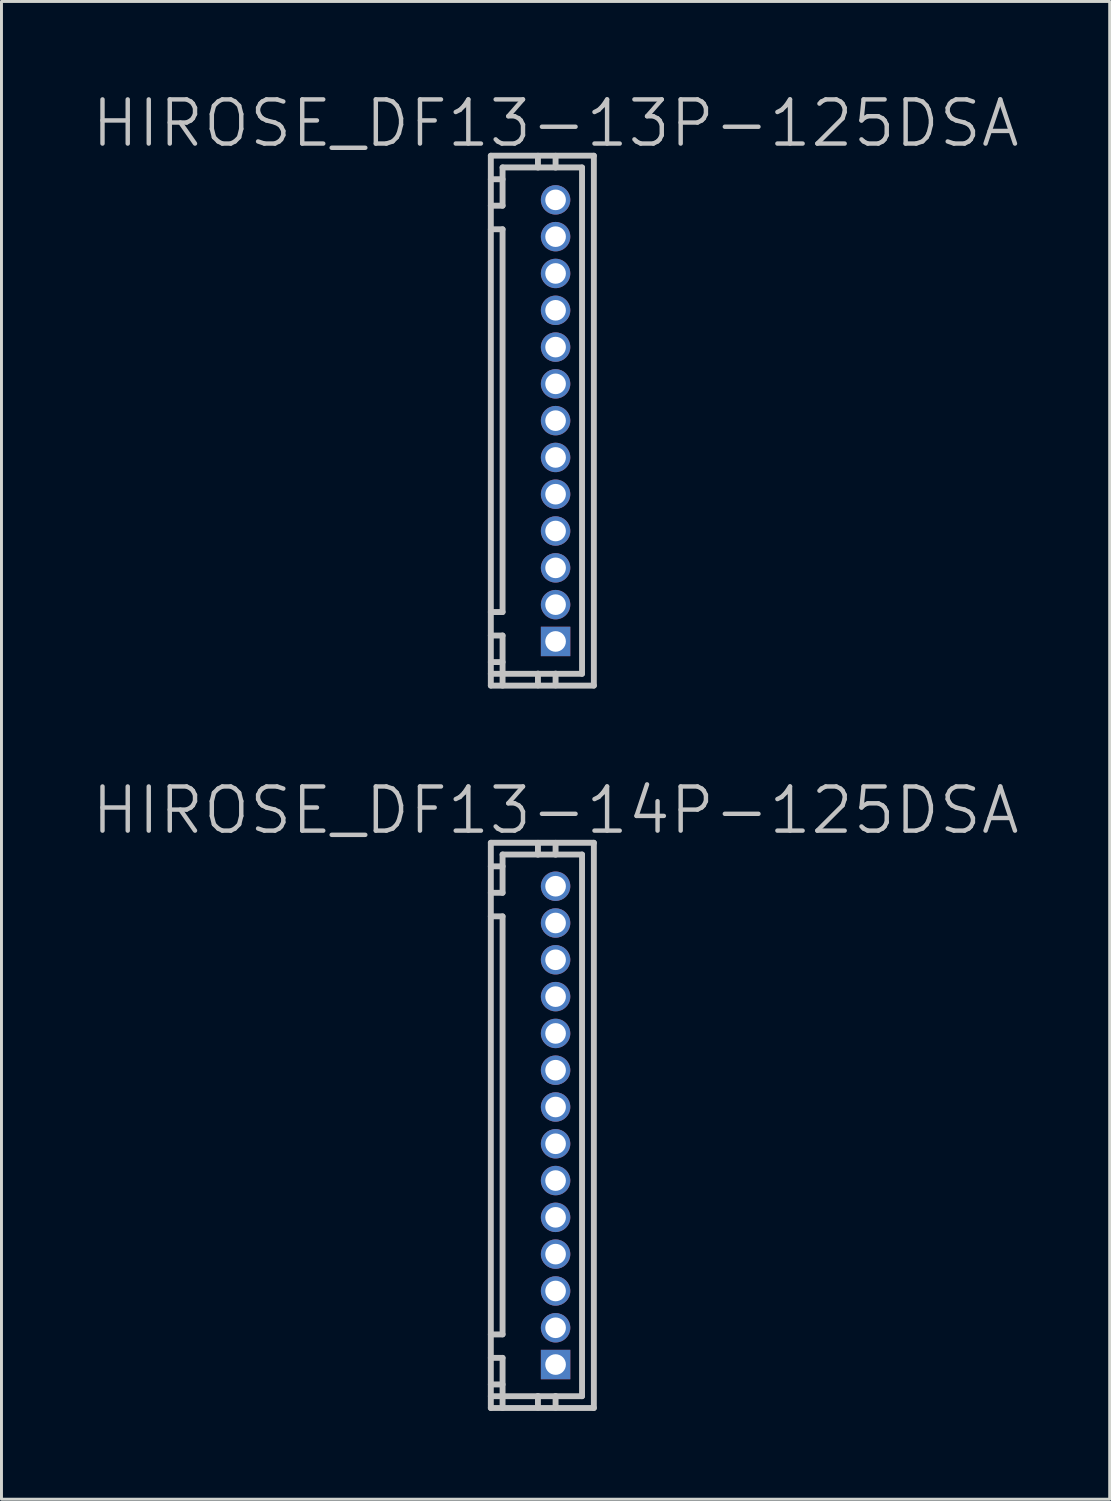
<source format=kicad_pcb>
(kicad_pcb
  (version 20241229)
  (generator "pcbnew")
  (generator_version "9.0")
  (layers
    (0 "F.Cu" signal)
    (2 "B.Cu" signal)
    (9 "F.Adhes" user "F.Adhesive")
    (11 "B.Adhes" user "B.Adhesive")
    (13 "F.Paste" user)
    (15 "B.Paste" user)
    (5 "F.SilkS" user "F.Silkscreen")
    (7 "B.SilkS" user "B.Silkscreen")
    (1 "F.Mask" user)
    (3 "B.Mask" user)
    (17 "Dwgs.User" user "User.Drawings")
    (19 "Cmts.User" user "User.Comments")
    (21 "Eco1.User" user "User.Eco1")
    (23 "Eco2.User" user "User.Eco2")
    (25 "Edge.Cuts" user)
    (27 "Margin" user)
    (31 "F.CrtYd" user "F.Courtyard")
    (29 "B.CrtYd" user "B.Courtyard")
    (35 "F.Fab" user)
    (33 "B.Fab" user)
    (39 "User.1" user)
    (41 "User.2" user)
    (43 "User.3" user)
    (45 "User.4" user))
  (footprint "HIROSE_DF13-13P-125DSA"
    (layer "F.Cu")
    (at 15.825 11.241)
    (property "Reference" "HIROSE_DF13-13P-125DSA" (at 0 -10.1 180) (layer "Dwgs.User") (effects (font (size 1.5 1.5) (thickness 0.15))))
    (attr through_hole)
    (fp_line (start -2.2 -9.002) (end 1.3 -9.002) (stroke (width 0.2) (type solid)) (layer "Dwgs.User"))
    (fp_line (start -2.2 -8.999) (end -2.2 8.999) (stroke (width 0.2) (type solid)) (layer "Dwgs.User"))
    (fp_line (start -2.2 -6.502) (end -1.801 -6.502) (stroke (width 0.2) (type solid)) (layer "Dwgs.User"))
    (fp_line (start -2.2 6.502) (end -1.801 6.502) (stroke (width 0.2) (type solid)) (layer "Dwgs.User"))
    (fp_line (start -1.801 -8.202) (end -2.2 -8.202) (stroke (width 0.2) (type solid)) (layer "Dwgs.User"))
    (fp_line (start -1.801 -7.303) (end -2.2 -7.303) (stroke (width 0.2) (type solid)) (layer "Dwgs.User"))
    (fp_line (start -1.801 -7.303) (end -1.801 -8.603) (stroke (width 0.2) (type solid)) (layer "Dwgs.User"))
    (fp_line (start -1.801 6.5) (end -1.801 -6.5) (stroke (width 0.2) (type solid)) (layer "Dwgs.User"))
    (fp_line (start -1.801 7.3) (end -2.2 7.3) (stroke (width 0.2) (type solid)) (layer "Dwgs.User"))
    (fp_line (start -1.801 7.3) (end -1.801 9.002) (stroke (width 0.2) (type solid)) (layer "Dwgs.User"))
    (fp_line (start -1.801 8.202) (end -2.2 8.202) (stroke (width 0.2) (type solid)) (layer "Dwgs.User"))
    (fp_line (start -0.599 -8.598) (end -0.599 -8.999) (stroke (width 0.2) (type solid)) (layer "Dwgs.User"))
    (fp_line (start -0.599 8.994) (end -0.599 8.593) (stroke (width 0.2) (type solid)) (layer "Dwgs.User"))
    (fp_line (start -0.099 -7.6) (end -0.099 -7.399) (stroke (width 0.2) (type solid)) (layer "Dwgs.User"))
    (fp_line (start -0.099 -7.399) (end 0.099 -7.399) (stroke (width 0.2) (type solid)) (layer "Dwgs.User"))
    (fp_line (start -0.099 -6.299) (end -0.099 -6.101) (stroke (width 0.2) (type solid)) (layer "Dwgs.User"))
    (fp_line (start -0.099 -6.101) (end 0.099 -6.101) (stroke (width 0.2) (type solid)) (layer "Dwgs.User"))
    (fp_line (start -0.099 -5.1) (end -0.099 -4.9) (stroke (width 0.2) (type solid)) (layer "Dwgs.User"))
    (fp_line (start -0.099 -4.9) (end 0.099 -4.9) (stroke (width 0.2) (type solid)) (layer "Dwgs.User"))
    (fp_line (start -0.099 -3.8) (end -0.099 -3.599) (stroke (width 0.2) (type solid)) (layer "Dwgs.User"))
    (fp_line (start -0.099 -3.599) (end 0.099 -3.599) (stroke (width 0.2) (type solid)) (layer "Dwgs.User"))
    (fp_line (start -0.099 -2.601) (end -0.099 -2.4) (stroke (width 0.2) (type solid)) (layer "Dwgs.User"))
    (fp_line (start -0.099 -2.4) (end 0.099 -2.4) (stroke (width 0.2) (type solid)) (layer "Dwgs.User"))
    (fp_line (start -0.099 -1.3) (end -0.099 -1.1) (stroke (width 0.2) (type solid)) (layer "Dwgs.User"))
    (fp_line (start -0.099 -1.1) (end 0.099 -1.1) (stroke (width 0.2) (type solid)) (layer "Dwgs.User"))
    (fp_line (start -0.099 -0.099) (end 0.099 -0.099) (stroke (width 0.2) (type solid)) (layer "Dwgs.User"))
    (fp_line (start -0.099 0.099) (end -0.099 -0.099) (stroke (width 0.2) (type solid)) (layer "Dwgs.User"))
    (fp_line (start -0.099 1.1) (end 0.099 1.1) (stroke (width 0.2) (type solid)) (layer "Dwgs.User"))
    (fp_line (start -0.099 1.3) (end -0.099 1.1) (stroke (width 0.2) (type solid)) (layer "Dwgs.User"))
    (fp_line (start -0.099 2.4) (end 0.099 2.4) (stroke (width 0.2) (type solid)) (layer "Dwgs.User"))
    (fp_line (start -0.099 2.601) (end -0.099 2.4) (stroke (width 0.2) (type solid)) (layer "Dwgs.User"))
    (fp_line (start -0.099 3.599) (end 0.099 3.599) (stroke (width 0.2) (type solid)) (layer "Dwgs.User"))
    (fp_line (start -0.099 3.8) (end -0.099 3.599) (stroke (width 0.2) (type solid)) (layer "Dwgs.User"))
    (fp_line (start -0.099 4.9) (end 0.099 4.9) (stroke (width 0.2) (type solid)) (layer "Dwgs.User"))
    (fp_line (start -0.099 5.1) (end -0.099 4.9) (stroke (width 0.2) (type solid)) (layer "Dwgs.User"))
    (fp_line (start -0.099 6.101) (end 0.099 6.101) (stroke (width 0.2) (type solid)) (layer "Dwgs.User"))
    (fp_line (start -0.099 6.299) (end -0.099 6.101) (stroke (width 0.2) (type solid)) (layer "Dwgs.User"))
    (fp_line (start -0.099 7.399) (end 0.099 7.399) (stroke (width 0.2) (type solid)) (layer "Dwgs.User"))
    (fp_line (start -0.099 7.6) (end -0.099 7.399) (stroke (width 0.2) (type solid)) (layer "Dwgs.User"))
    (fp_line (start 0 -8.598) (end 0 -8.999) (stroke (width 0.2) (type solid)) (layer "Dwgs.User"))
    (fp_line (start 0 8.593) (end 0 8.994) (stroke (width 0.2) (type solid)) (layer "Dwgs.User"))
    (fp_line (start 0.099 -7.6) (end -0.099 -7.6) (stroke (width 0.2) (type solid)) (layer "Dwgs.User"))
    (fp_line (start 0.099 -7.399) (end 0.099 -7.6) (stroke (width 0.2) (type solid)) (layer "Dwgs.User"))
    (fp_line (start 0.099 -6.299) (end -0.099 -6.299) (stroke (width 0.2) (type solid)) (layer "Dwgs.User"))
    (fp_line (start 0.099 -6.101) (end 0.099 -6.299) (stroke (width 0.2) (type solid)) (layer "Dwgs.User"))
    (fp_line (start 0.099 -5.1) (end -0.099 -5.1) (stroke (width 0.2) (type solid)) (layer "Dwgs.User"))
    (fp_line (start 0.099 -4.9) (end 0.099 -5.1) (stroke (width 0.2) (type solid)) (layer "Dwgs.User"))
    (fp_line (start 0.099 -3.8) (end -0.099 -3.8) (stroke (width 0.2) (type solid)) (layer "Dwgs.User"))
    (fp_line (start 0.099 -3.599) (end 0.099 -3.8) (stroke (width 0.2) (type solid)) (layer "Dwgs.User"))
    (fp_line (start 0.099 -2.601) (end -0.099 -2.601) (stroke (width 0.2) (type solid)) (layer "Dwgs.User"))
    (fp_line (start 0.099 -2.4) (end 0.099 -2.601) (stroke (width 0.2) (type solid)) (layer "Dwgs.User"))
    (fp_line (start 0.099 -1.3) (end -0.099 -1.3) (stroke (width 0.2) (type solid)) (layer "Dwgs.User"))
    (fp_line (start 0.099 -1.1) (end 0.099 -1.3) (stroke (width 0.2) (type solid)) (layer "Dwgs.User"))
    (fp_line (start 0.099 -0.099) (end 0.099 0.099) (stroke (width 0.2) (type solid)) (layer "Dwgs.User"))
    (fp_line (start 0.099 0.099) (end -0.099 0.099) (stroke (width 0.2) (type solid)) (layer "Dwgs.User"))
    (fp_line (start 0.099 1.1) (end 0.099 1.3) (stroke (width 0.2) (type solid)) (layer "Dwgs.User"))
    (fp_line (start 0.099 1.3) (end -0.099 1.3) (stroke (width 0.2) (type solid)) (layer "Dwgs.User"))
    (fp_line (start 0.099 2.4) (end 0.099 2.601) (stroke (width 0.2) (type solid)) (layer "Dwgs.User"))
    (fp_line (start 0.099 2.601) (end -0.099 2.601) (stroke (width 0.2) (type solid)) (layer "Dwgs.User"))
    (fp_line (start 0.099 3.599) (end 0.099 3.8) (stroke (width 0.2) (type solid)) (layer "Dwgs.User"))
    (fp_line (start 0.099 3.8) (end -0.099 3.8) (stroke (width 0.2) (type solid)) (layer "Dwgs.User"))
    (fp_line (start 0.099 4.9) (end 0.099 5.1) (stroke (width 0.2) (type solid)) (layer "Dwgs.User"))
    (fp_line (start 0.099 5.1) (end -0.099 5.1) (stroke (width 0.2) (type solid)) (layer "Dwgs.User"))
    (fp_line (start 0.099 6.101) (end 0.099 6.299) (stroke (width 0.2) (type solid)) (layer "Dwgs.User"))
    (fp_line (start 0.099 6.299) (end -0.099 6.299) (stroke (width 0.2) (type solid)) (layer "Dwgs.User"))
    (fp_line (start 0.099 7.399) (end 0.099 7.6) (stroke (width 0.2) (type solid)) (layer "Dwgs.User"))
    (fp_line (start 0.099 7.6) (end -0.099 7.6) (stroke (width 0.2) (type solid)) (layer "Dwgs.User"))
    (fp_line (start 0.899 -8.603) (end -1.801 -8.603) (stroke (width 0.2) (type solid)) (layer "Dwgs.User"))
    (fp_line (start 0.899 8.6) (end -2.2 8.6) (stroke (width 0.2) (type solid)) (layer "Dwgs.User"))
    (fp_line (start 0.899 8.6) (end 0.899 -8.6) (stroke (width 0.2) (type solid)) (layer "Dwgs.User"))
    (fp_line (start 1.3 -8.999) (end 1.3 8.999) (stroke (width 0.2) (type solid)) (layer "Dwgs.User"))
    (fp_line (start 1.3 9.002) (end -2.2 9.002) (stroke (width 0.2) (type solid)) (layer "Dwgs.User"))
    (pad "1" thru_hole rect (at 0 7.501 270) (size 1 1) (drill 0.7) (layers "*.Cu" "*.Mask"))
    (pad "2" thru_hole circle (at 0 6.251 270) (size 1 1) (drill 0.7) (layers "*.Cu" "*.Mask"))
    (pad "3" thru_hole circle (at 0 5.001 270) (size 1 1) (drill 0.7) (layers "*.Cu" "*.Mask"))
    (pad "4" thru_hole circle (at 0 3.749 270) (size 1 1) (drill 0.7) (layers "*.Cu" "*.Mask"))
    (pad "5" thru_hole circle (at 0 2.499 270) (size 1 1) (drill 0.7) (layers "*.Cu" "*.Mask"))
    (pad "6" thru_hole circle (at 0 1.25 270) (size 1 1) (drill 0.7) (layers "*.Cu" "*.Mask"))
    (pad "7" thru_hole circle (at 0 0 270) (size 1 1) (drill 0.7) (layers "*.Cu" "*.Mask"))
    (pad "8" thru_hole circle (at 0 -1.25 270) (size 1 1) (drill 0.7) (layers "*.Cu" "*.Mask"))
    (pad "9" thru_hole circle (at 0 -2.499 270) (size 1 1) (drill 0.7) (layers "*.Cu" "*.Mask"))
    (pad "10" thru_hole circle (at 0 -3.749 270) (size 1 1) (drill 0.7) (layers "*.Cu" "*.Mask"))
    (pad "11" thru_hole circle (at 0 -5.001 270) (size 1 1) (drill 0.7) (layers "*.Cu" "*.Mask"))
    (pad "12" thru_hole circle (at 0 -6.251 270) (size 1 1) (drill 0.7) (layers "*.Cu" "*.Mask"))
    (pad "13" thru_hole circle (at 0 -7.501 270) (size 1 1) (drill 0.7) (layers "*.Cu" "*.Mask")))
  (footprint "HIROSE_DF13-14P-125DSA"
    (layer "F.Cu")
    (at 15.825 35.183)
    (property "Reference" "HIROSE_DF13-14P-125DSA" (at 0 -10.7 180) (layer "Dwgs.User") (effects (font (size 1.5 1.5) (thickness 0.15))))
    (attr through_hole)
    (fp_line (start -2.2 -9.601) (end -2.2 9.601) (stroke (width 0.2) (type solid)) (layer "Dwgs.User"))
    (fp_line (start -2.2 -9.601) (end 1.3 -9.601) (stroke (width 0.2) (type solid)) (layer "Dwgs.User"))
    (fp_line (start -2.2 -7.102) (end -1.801 -7.102) (stroke (width 0.2) (type solid)) (layer "Dwgs.User"))
    (fp_line (start -2.2 7.102) (end -1.801 7.102) (stroke (width 0.2) (type solid)) (layer "Dwgs.User"))
    (fp_line (start -1.801 -8.801) (end -2.2 -8.801) (stroke (width 0.2) (type solid)) (layer "Dwgs.User"))
    (fp_line (start -1.801 -7.902) (end -2.2 -7.902) (stroke (width 0.2) (type solid)) (layer "Dwgs.User"))
    (fp_line (start -1.801 -7.902) (end -1.801 -9.202) (stroke (width 0.2) (type solid)) (layer "Dwgs.User"))
    (fp_line (start -1.801 -7.099) (end -1.801 7.099) (stroke (width 0.2) (type solid)) (layer "Dwgs.User"))
    (fp_line (start -1.801 7.899) (end -2.2 7.899) (stroke (width 0.2) (type solid)) (layer "Dwgs.User"))
    (fp_line (start -1.801 7.899) (end -1.801 9.601) (stroke (width 0.2) (type solid)) (layer "Dwgs.User"))
    (fp_line (start -1.801 8.801) (end -2.2 8.801) (stroke (width 0.2) (type solid)) (layer "Dwgs.User"))
    (fp_line (start -0.599 -9.197) (end -0.599 -9.599) (stroke (width 0.2) (type solid)) (layer "Dwgs.User"))
    (fp_line (start -0.599 9.594) (end -0.599 9.192) (stroke (width 0.2) (type solid)) (layer "Dwgs.User"))
    (fp_line (start -0.099 -8.199) (end -0.099 -8.001) (stroke (width 0.2) (type solid)) (layer "Dwgs.User"))
    (fp_line (start -0.099 -8.001) (end 0.099 -8.001) (stroke (width 0.2) (type solid)) (layer "Dwgs.User"))
    (fp_line (start -0.099 -7) (end -0.099 -6.8) (stroke (width 0.2) (type solid)) (layer "Dwgs.User"))
    (fp_line (start -0.099 -6.8) (end 0.099 -6.8) (stroke (width 0.2) (type solid)) (layer "Dwgs.User"))
    (fp_line (start -0.099 -5.7) (end -0.099 -5.499) (stroke (width 0.2) (type solid)) (layer "Dwgs.User"))
    (fp_line (start -0.099 -5.499) (end 0.099 -5.499) (stroke (width 0.2) (type solid)) (layer "Dwgs.User"))
    (fp_line (start -0.099 -4.501) (end 0.099 -4.501) (stroke (width 0.2) (type solid)) (layer "Dwgs.User"))
    (fp_line (start -0.099 -4.3) (end -0.099 -4.501) (stroke (width 0.2) (type solid)) (layer "Dwgs.User"))
    (fp_line (start -0.099 -3.2) (end -0.099 -3) (stroke (width 0.2) (type solid)) (layer "Dwgs.User"))
    (fp_line (start -0.099 -3) (end 0.099 -3) (stroke (width 0.2) (type solid)) (layer "Dwgs.User"))
    (fp_line (start -0.099 -1.999) (end -0.099 -1.801) (stroke (width 0.2) (type solid)) (layer "Dwgs.User"))
    (fp_line (start -0.099 -1.801) (end 0.099 -1.801) (stroke (width 0.2) (type solid)) (layer "Dwgs.User"))
    (fp_line (start -0.099 -0.701) (end -0.099 -0.5) (stroke (width 0.2) (type solid)) (layer "Dwgs.User"))
    (fp_line (start -0.099 -0.5) (end 0.099 -0.5) (stroke (width 0.2) (type solid)) (layer "Dwgs.User"))
    (fp_line (start -0.099 0.5) (end 0.099 0.5) (stroke (width 0.2) (type solid)) (layer "Dwgs.User"))
    (fp_line (start -0.099 0.701) (end -0.099 0.5) (stroke (width 0.2) (type solid)) (layer "Dwgs.User"))
    (fp_line (start -0.099 1.801) (end 0.099 1.801) (stroke (width 0.2) (type solid)) (layer "Dwgs.User"))
    (fp_line (start -0.099 1.999) (end -0.099 1.801) (stroke (width 0.2) (type solid)) (layer "Dwgs.User"))
    (fp_line (start -0.099 3) (end 0.099 3) (stroke (width 0.2) (type solid)) (layer "Dwgs.User"))
    (fp_line (start -0.099 3.2) (end -0.099 3) (stroke (width 0.2) (type solid)) (layer "Dwgs.User"))
    (fp_line (start -0.099 4.3) (end 0.099 4.3) (stroke (width 0.2) (type solid)) (layer "Dwgs.User"))
    (fp_line (start -0.099 4.501) (end -0.099 4.3) (stroke (width 0.2) (type solid)) (layer "Dwgs.User"))
    (fp_line (start -0.099 5.499) (end 0.099 5.499) (stroke (width 0.2) (type solid)) (layer "Dwgs.User"))
    (fp_line (start -0.099 5.7) (end -0.099 5.499) (stroke (width 0.2) (type solid)) (layer "Dwgs.User"))
    (fp_line (start -0.099 6.8) (end 0.099 6.8) (stroke (width 0.2) (type solid)) (layer "Dwgs.User"))
    (fp_line (start -0.099 7) (end -0.099 6.8) (stroke (width 0.2) (type solid)) (layer "Dwgs.User"))
    (fp_line (start -0.099 8.001) (end 0.099 8.001) (stroke (width 0.2) (type solid)) (layer "Dwgs.User"))
    (fp_line (start -0.099 8.199) (end -0.099 8.001) (stroke (width 0.2) (type solid)) (layer "Dwgs.User"))
    (fp_line (start 0 -9.197) (end 0 -9.599) (stroke (width 0.2) (type solid)) (layer "Dwgs.User"))
    (fp_line (start 0 9.192) (end 0 9.594) (stroke (width 0.2) (type solid)) (layer "Dwgs.User"))
    (fp_line (start 0.099 -8.199) (end -0.099 -8.199) (stroke (width 0.2) (type solid)) (layer "Dwgs.User"))
    (fp_line (start 0.099 -8.001) (end 0.099 -8.199) (stroke (width 0.2) (type solid)) (layer "Dwgs.User"))
    (fp_line (start 0.099 -7) (end -0.099 -7) (stroke (width 0.2) (type solid)) (layer "Dwgs.User"))
    (fp_line (start 0.099 -6.8) (end 0.099 -7) (stroke (width 0.2) (type solid)) (layer "Dwgs.User"))
    (fp_line (start 0.099 -5.7) (end -0.099 -5.7) (stroke (width 0.2) (type solid)) (layer "Dwgs.User"))
    (fp_line (start 0.099 -5.499) (end 0.099 -5.7) (stroke (width 0.2) (type solid)) (layer "Dwgs.User"))
    (fp_line (start 0.099 -4.501) (end 0.099 -4.3) (stroke (width 0.2) (type solid)) (layer "Dwgs.User"))
    (fp_line (start 0.099 -4.3) (end -0.099 -4.3) (stroke (width 0.2) (type solid)) (layer "Dwgs.User"))
    (fp_line (start 0.099 -3.2) (end -0.099 -3.2) (stroke (width 0.2) (type solid)) (layer "Dwgs.User"))
    (fp_line (start 0.099 -3) (end 0.099 -3.2) (stroke (width 0.2) (type solid)) (layer "Dwgs.User"))
    (fp_line (start 0.099 -1.999) (end -0.099 -1.999) (stroke (width 0.2) (type solid)) (layer "Dwgs.User"))
    (fp_line (start 0.099 -1.801) (end 0.099 -1.999) (stroke (width 0.2) (type solid)) (layer "Dwgs.User"))
    (fp_line (start 0.099 -0.701) (end -0.099 -0.701) (stroke (width 0.2) (type solid)) (layer "Dwgs.User"))
    (fp_line (start 0.099 -0.5) (end 0.099 -0.701) (stroke (width 0.2) (type solid)) (layer "Dwgs.User"))
    (fp_line (start 0.099 0.5) (end 0.099 0.701) (stroke (width 0.2) (type solid)) (layer "Dwgs.User"))
    (fp_line (start 0.099 0.701) (end -0.099 0.701) (stroke (width 0.2) (type solid)) (layer "Dwgs.User"))
    (fp_line (start 0.099 1.801) (end 0.099 1.999) (stroke (width 0.2) (type solid)) (layer "Dwgs.User"))
    (fp_line (start 0.099 1.999) (end -0.099 1.999) (stroke (width 0.2) (type solid)) (layer "Dwgs.User"))
    (fp_line (start 0.099 3) (end 0.099 3.2) (stroke (width 0.2) (type solid)) (layer "Dwgs.User"))
    (fp_line (start 0.099 3.2) (end -0.099 3.2) (stroke (width 0.2) (type solid)) (layer "Dwgs.User"))
    (fp_line (start 0.099 4.3) (end 0.099 4.501) (stroke (width 0.2) (type solid)) (layer "Dwgs.User"))
    (fp_line (start 0.099 4.501) (end -0.099 4.501) (stroke (width 0.2) (type solid)) (layer "Dwgs.User"))
    (fp_line (start 0.099 5.499) (end 0.099 5.7) (stroke (width 0.2) (type solid)) (layer "Dwgs.User"))
    (fp_line (start 0.099 5.7) (end -0.099 5.7) (stroke (width 0.2) (type solid)) (layer "Dwgs.User"))
    (fp_line (start 0.099 6.8) (end 0.099 7) (stroke (width 0.2) (type solid)) (layer "Dwgs.User"))
    (fp_line (start 0.099 7) (end -0.099 7) (stroke (width 0.2) (type solid)) (layer "Dwgs.User"))
    (fp_line (start 0.099 8.001) (end 0.099 8.199) (stroke (width 0.2) (type solid)) (layer "Dwgs.User"))
    (fp_line (start 0.099 8.199) (end -0.099 8.199) (stroke (width 0.2) (type solid)) (layer "Dwgs.User"))
    (fp_line (start 0.899 -9.202) (end -1.801 -9.202) (stroke (width 0.2) (type solid)) (layer "Dwgs.User"))
    (fp_line (start 0.899 9.2) (end -2.2 9.2) (stroke (width 0.2) (type solid)) (layer "Dwgs.User"))
    (fp_line (start 0.899 9.2) (end 0.899 -9.2) (stroke (width 0.2) (type solid)) (layer "Dwgs.User"))
    (fp_line (start 1.3 -9.601) (end 1.3 9.601) (stroke (width 0.2) (type solid)) (layer "Dwgs.User"))
    (fp_line (start 1.3 9.601) (end -2.2 9.601) (stroke (width 0.2) (type solid)) (layer "Dwgs.User"))
    (pad "1" thru_hole rect (at 0 8.125 270) (size 1 1) (drill 0.7) (layers "*.Cu" "*.Mask"))
    (pad "2" thru_hole circle (at 0 6.876 270) (size 1 1) (drill 0.7) (layers "*.Cu" "*.Mask"))
    (pad "3" thru_hole circle (at 0 5.626 270) (size 1 1) (drill 0.7) (layers "*.Cu" "*.Mask"))
    (pad "4" thru_hole circle (at 0 4.374 270) (size 1 1) (drill 0.7) (layers "*.Cu" "*.Mask"))
    (pad "5" thru_hole circle (at 0 3.124 270) (size 1 1) (drill 0.7) (layers "*.Cu" "*.Mask"))
    (pad "6" thru_hole circle (at 0 1.875 270) (size 1 1) (drill 0.7) (layers "*.Cu" "*.Mask"))
    (pad "7" thru_hole circle (at 0 0.625 270) (size 1 1) (drill 0.7) (layers "*.Cu" "*.Mask"))
    (pad "8" thru_hole circle (at 0 -0.625 270) (size 1 1) (drill 0.7) (layers "*.Cu" "*.Mask"))
    (pad "9" thru_hole circle (at 0 -1.875 270) (size 1 1) (drill 0.7) (layers "*.Cu" "*.Mask"))
    (pad "10" thru_hole circle (at 0 -3.124 270) (size 1 1) (drill 0.7) (layers "*.Cu" "*.Mask"))
    (pad "11" thru_hole circle (at 0 -4.374 270) (size 1 1) (drill 0.7) (layers "*.Cu" "*.Mask"))
    (pad "12" thru_hole circle (at 0 -5.626 270) (size 1 1) (drill 0.7) (layers "*.Cu" "*.Mask"))
    (pad "13" thru_hole circle (at 0 -6.876 270) (size 1 1) (drill 0.7) (layers "*.Cu" "*.Mask"))
    (pad "14" thru_hole circle (at 0 -8.125 270) (size 1 1) (drill 0.7) (layers "*.Cu" "*.Mask")))
  (gr_rect
    (start -3 -3)
    (end 34.65 47.884)
    (stroke (width 0.1) (type default))
    (fill no)
    (layer "Edge.Cuts")))
</source>
